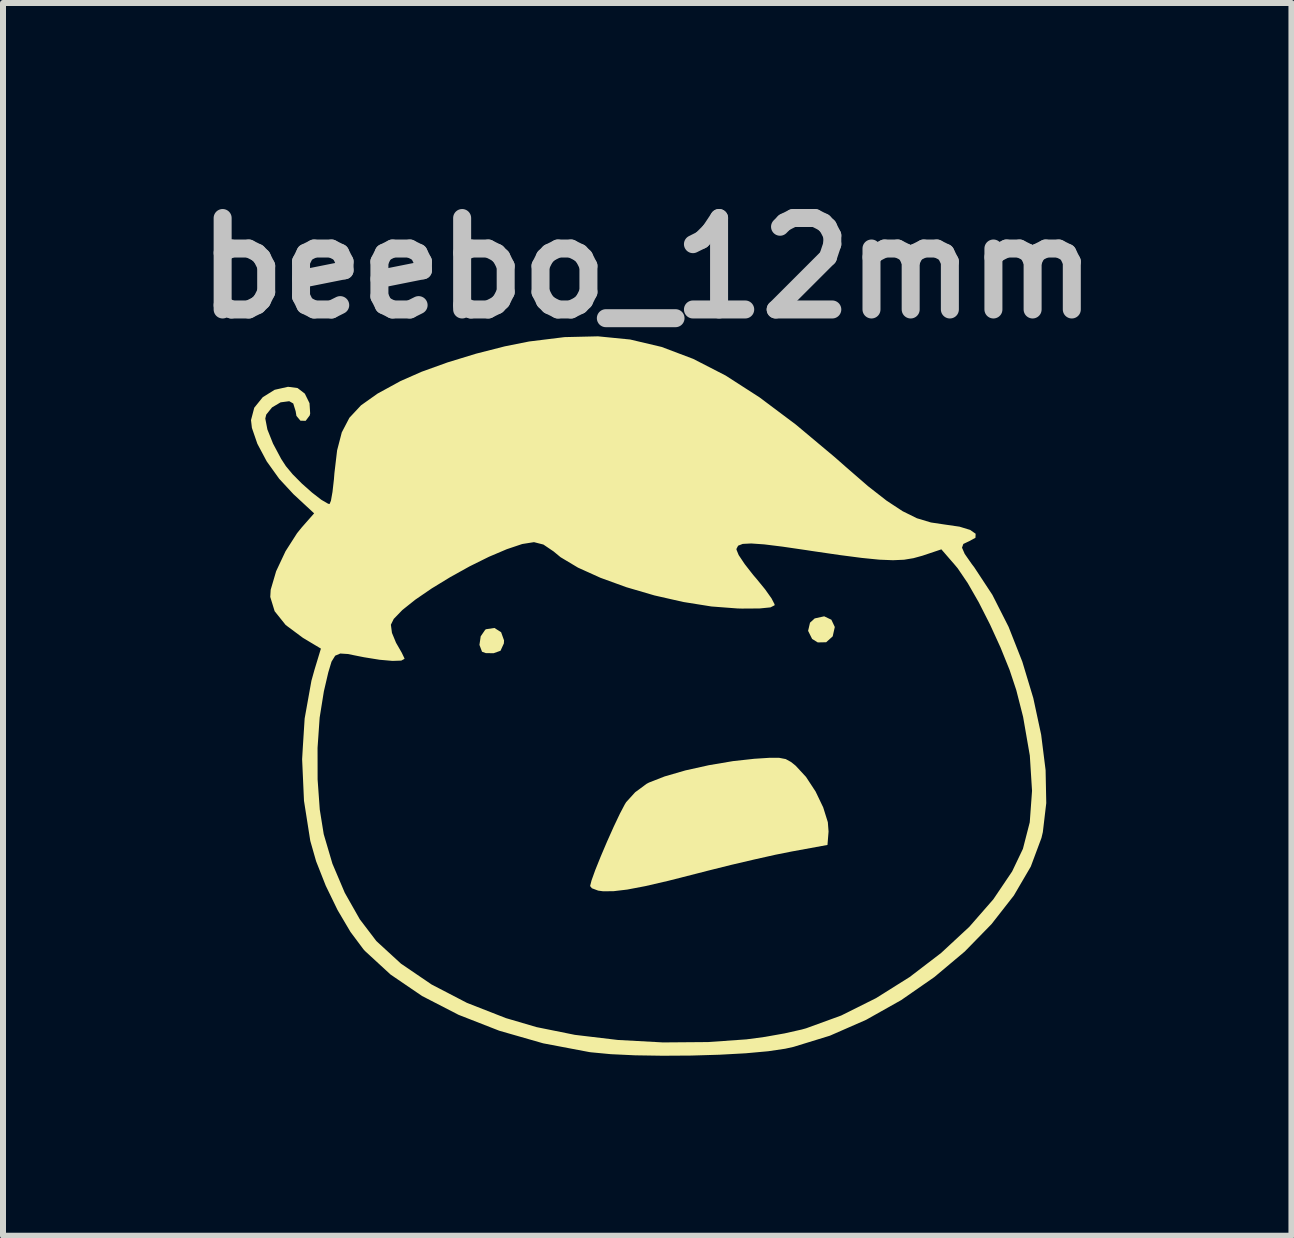
<source format=kicad_pcb>
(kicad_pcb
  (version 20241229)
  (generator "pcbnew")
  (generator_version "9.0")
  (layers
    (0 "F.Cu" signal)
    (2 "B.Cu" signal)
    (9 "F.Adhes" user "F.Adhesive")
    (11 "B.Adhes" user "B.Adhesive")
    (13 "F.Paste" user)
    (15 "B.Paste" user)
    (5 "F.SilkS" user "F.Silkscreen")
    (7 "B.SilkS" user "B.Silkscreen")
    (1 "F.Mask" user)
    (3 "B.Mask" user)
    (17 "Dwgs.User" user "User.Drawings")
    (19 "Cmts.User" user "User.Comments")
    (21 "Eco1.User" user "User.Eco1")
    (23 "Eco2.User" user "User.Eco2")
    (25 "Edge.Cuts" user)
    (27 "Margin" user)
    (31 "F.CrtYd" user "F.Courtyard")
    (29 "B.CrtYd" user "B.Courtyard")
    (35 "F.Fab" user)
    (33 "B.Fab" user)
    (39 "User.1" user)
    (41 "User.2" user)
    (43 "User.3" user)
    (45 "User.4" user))
  (footprint "beebo_12mm"
    (layer "F.Cu")
    (at 7.736 8.562)
    (property "Reference" "beebo_12mm" (at 0 -7.144 0) (layer "Dwgs.User") (effects (font (size 1.524 1.524) (thickness 0.3))))
    (attr board_only exclude_from_pos_files exclude_from_bom)
    (fp_poly (pts (xy 3.069 -1.284) (xy 3.126 -1.163) (xy 3.091 -1.007) (xy 2.982 -0.909) (xy 2.842 -0.906) (xy 2.748 -0.964) (xy 2.681 -1.099) (xy 2.713 -1.235) (xy 2.791 -1.306) (xy 2.949 -1.341)) (stroke (width 0) (type solid)) (fill yes) (layer "F.SilkS"))
    (fp_poly (pts (xy -2.435 -1.076) (xy -2.386 -0.94) (xy -2.389 -0.889) (xy -2.445 -0.767) (xy -2.56 -0.726) (xy -2.69 -0.728) (xy -2.753 -0.751) (xy -2.796 -0.865) (xy -2.775 -1.008) (xy -2.7 -1.117) (xy -2.685 -1.126) (xy -2.546 -1.147)) (stroke (width 0) (type solid)) (fill yes) (layer "F.SilkS"))
    (fp_poly (pts (xy 2.198 1.017) (xy 2.308 1.038) (xy 2.397 1.087) (xy 2.474 1.149) (xy 2.646 1.335) (xy 2.806 1.579) (xy 2.933 1.844) (xy 3.01 2.09) (xy 3.022 2.246) (xy 3.004 2.469) (xy 2.409 2.578) (xy 2.138 2.632) (xy 1.79 2.71) (xy 1.401 2.801) (xy 1.008 2.899) (xy 0.833 2.944) (xy 0.35 3.067) (xy -0.035 3.156) (xy -0.335 3.213) (xy -0.564 3.24) (xy -0.738 3.241) (xy -0.818 3.23) (xy -0.922 3.191) (xy -0.952 3.154) (xy -0.928 3.06) (xy -0.865 2.885) (xy -0.774 2.659) (xy -0.668 2.41) (xy -0.558 2.164) (xy -0.456 1.949) (xy -0.375 1.795) (xy -0.351 1.756) (xy -0.201 1.591) (xy -0.01 1.45) (xy 0.03 1.429) (xy 0.291 1.327) (xy 0.636 1.227) (xy 1.028 1.14) (xy 1.43 1.072) (xy 1.785 1.033) (xy 2.035 1.017)) (stroke (width 0) (type solid)) (fill yes) (layer "F.SilkS"))
    (fp_poly (pts (xy -0.284 -5.954) (xy 0.241 -5.83) (xy 0.767 -5.631) (xy 1.308 -5.353) (xy 1.873 -4.989) (xy 2.476 -4.537) (xy 3.129 -3.99) (xy 3.313 -3.828) (xy 3.682 -3.508) (xy 3.991 -3.267) (xy 4.256 -3.093) (xy 4.495 -2.975) (xy 4.728 -2.905) (xy 4.956 -2.871) (xy 5.205 -2.835) (xy 5.381 -2.781) (xy 5.473 -2.717) (xy 5.47 -2.65) (xy 5.36 -2.59) (xy 5.354 -2.588) (xy 5.268 -2.547) (xy 5.246 -2.485) (xy 5.291 -2.381) (xy 5.409 -2.212) (xy 5.448 -2.161) (xy 5.752 -1.699) (xy 6.022 -1.166) (xy 6.251 -0.585) (xy 6.434 0.022) (xy 6.565 0.632) (xy 6.639 1.223) (xy 6.65 1.771) (xy 6.593 2.255) (xy 6.57 2.352) (xy 6.392 2.83) (xy 6.11 3.312) (xy 5.738 3.788) (xy 5.292 4.245) (xy 4.785 4.671) (xy 4.232 5.055) (xy 3.647 5.384) (xy 3.044 5.648) (xy 2.439 5.834) (xy 2.3 5.865) (xy 2.016 5.907) (xy 1.642 5.941) (xy 1.204 5.965) (xy 0.733 5.979) (xy 0.256 5.982) (xy -0.2 5.975) (xy -0.606 5.956) (xy -0.933 5.925) (xy -0.964 5.921) (xy -1.734 5.775) (xy -2.466 5.565) (xy -3.144 5.3) (xy -3.753 4.986) (xy -4.277 4.629) (xy -4.703 4.237) (xy -4.73 4.207) (xy -4.945 3.919) (xy -5.161 3.553) (xy -5.358 3.147) (xy -5.518 2.741) (xy -5.615 2.401) (xy -5.72 1.733) (xy -5.751 1.041) (xy -5.74 0.851) (xy -5.494 0.851) (xy -5.493 1.378) (xy -5.457 1.88) (xy -5.391 2.29) (xy -5.246 2.782) (xy -5.04 3.267) (xy -4.79 3.708) (xy -4.516 4.068) (xy -4.515 4.07) (xy -4.103 4.448) (xy -3.593 4.795) (xy -3.004 5.101) (xy -2.355 5.355) (xy -1.844 5.505) (xy -1.205 5.634) (xy -0.49 5.719) (xy 0.262 5.76) (xy 1.016 5.754) (xy 1.653 5.709) (xy 1.966 5.667) (xy 2.292 5.609) (xy 2.575 5.545) (xy 2.647 5.525) (xy 3.232 5.312) (xy 3.813 5.022) (xy 4.374 4.67) (xy 4.898 4.269) (xy 5.368 3.833) (xy 5.768 3.375) (xy 6.081 2.911) (xy 6.261 2.534) (xy 6.375 2.091) (xy 6.413 1.568) (xy 6.376 0.979) (xy 6.264 0.334) (xy 6.15 -0.113) (xy 6.039 -0.447) (xy 5.888 -0.821) (xy 5.712 -1.206) (xy 5.525 -1.574) (xy 5.341 -1.895) (xy 5.174 -2.141) (xy 5.129 -2.195) (xy 4.902 -2.457) (xy 4.586 -2.351) (xy 4.437 -2.31) (xy 4.28 -2.284) (xy 4.096 -2.276) (xy 3.868 -2.285) (xy 3.578 -2.314) (xy 3.209 -2.362) (xy 2.743 -2.43) (xy 2.666 -2.442) (xy 2.256 -2.502) (xy 1.949 -2.54) (xy 1.733 -2.555) (xy 1.592 -2.548) (xy 1.515 -2.518) (xy 1.488 -2.467) (xy 1.487 -2.453) (xy 1.524 -2.362) (xy 1.624 -2.212) (xy 1.766 -2.03) (xy 1.817 -1.971) (xy 1.965 -1.79) (xy 2.072 -1.639) (xy 2.122 -1.542) (xy 2.123 -1.525) (xy 2.054 -1.49) (xy 1.873 -1.472) (xy 1.579 -1.47) (xy 1.504 -1.472) (xy 1.07 -1.505) (xy 0.601 -1.58) (xy 0.121 -1.689) (xy -0.347 -1.826) (xy -0.779 -1.983) (xy -1.153 -2.152) (xy -1.444 -2.326) (xy -1.56 -2.422) (xy -1.73 -2.537) (xy -1.887 -2.577) (xy -2.083 -2.546) (xy -2.339 -2.46) (xy -2.638 -2.333) (xy -2.959 -2.174) (xy -3.283 -1.994) (xy -3.591 -1.806) (xy -3.864 -1.619) (xy -4.081 -1.446) (xy -4.224 -1.298) (xy -4.272 -1.201) (xy -4.254 -1.065) (xy -4.186 -0.9) (xy -4.168 -0.869) (xy -4.09 -0.733) (xy -4.047 -0.643) (xy -4.045 -0.632) (xy -4.099 -0.603) (xy -4.245 -0.598) (xy -4.46 -0.617) (xy -4.72 -0.659) (xy -4.806 -0.676) (xy -4.99 -0.713) (xy -5.115 -0.721) (xy -5.2 -0.685) (xy -5.261 -0.586) (xy -5.315 -0.407) (xy -5.379 -0.132) (xy -5.389 -0.089) (xy -5.459 0.347) (xy -5.494 0.851) (xy -5.74 0.851) (xy -5.709 0.362) (xy -5.596 -0.268) (xy -5.544 -0.454) (xy -5.438 -0.803) (xy -5.736 -0.981) (xy -6.025 -1.196) (xy -6.209 -1.426) (xy -6.282 -1.664) (xy -6.275 -1.784) (xy -6.184 -2.093) (xy -6.028 -2.425) (xy -5.835 -2.727) (xy -5.757 -2.823) (xy -5.551 -3.057) (xy -5.896 -3.377) (xy -6.134 -3.634) (xy -6.341 -3.923) (xy -6.497 -4.216) (xy -6.588 -4.481) (xy -6.603 -4.611) (xy -6.549 -4.817) (xy -6.407 -4.993) (xy -6.209 -5.116) (xy -5.986 -5.166) (xy -5.827 -5.145) (xy -5.706 -5.052) (xy -5.628 -4.893) (xy -5.617 -4.721) (xy -5.625 -4.688) (xy -5.692 -4.599) (xy -5.779 -4.601) (xy -5.846 -4.681) (xy -5.859 -4.759) (xy -5.899 -4.888) (xy -5.966 -4.926) (xy -6.11 -4.907) (xy -6.253 -4.822) (xy -6.349 -4.703) (xy -6.365 -4.637) (xy -6.33 -4.455) (xy -6.236 -4.219) (xy -6.1 -3.964) (xy -6.022 -3.844) (xy -5.909 -3.708) (xy -5.754 -3.552) (xy -5.586 -3.403) (xy -5.431 -3.283) (xy -5.319 -3.218) (xy -5.294 -3.212) (xy -5.271 -3.267) (xy -5.245 -3.414) (xy -5.221 -3.625) (xy -5.213 -3.726) (xy -5.168 -4.107) (xy -5.09 -4.407) (xy -4.963 -4.65) (xy -4.77 -4.857) (xy -4.495 -5.052) (xy -4.122 -5.256) (xy -4.111 -5.262) (xy -3.759 -5.417) (xy -3.326 -5.573) (xy -2.852 -5.718) (xy -2.374 -5.84) (xy -1.969 -5.921) (xy -1.377 -5.994) (xy -0.82 -6.007)) (stroke (width 0) (type solid)) (fill yes) (layer "F.SilkS")))
  (gr_rect
    (start -3 -3)
    (end 18.472 17.544)
    (stroke (width 0.1) (type default))
    (fill no)
    (layer "Edge.Cuts")))
</source>
